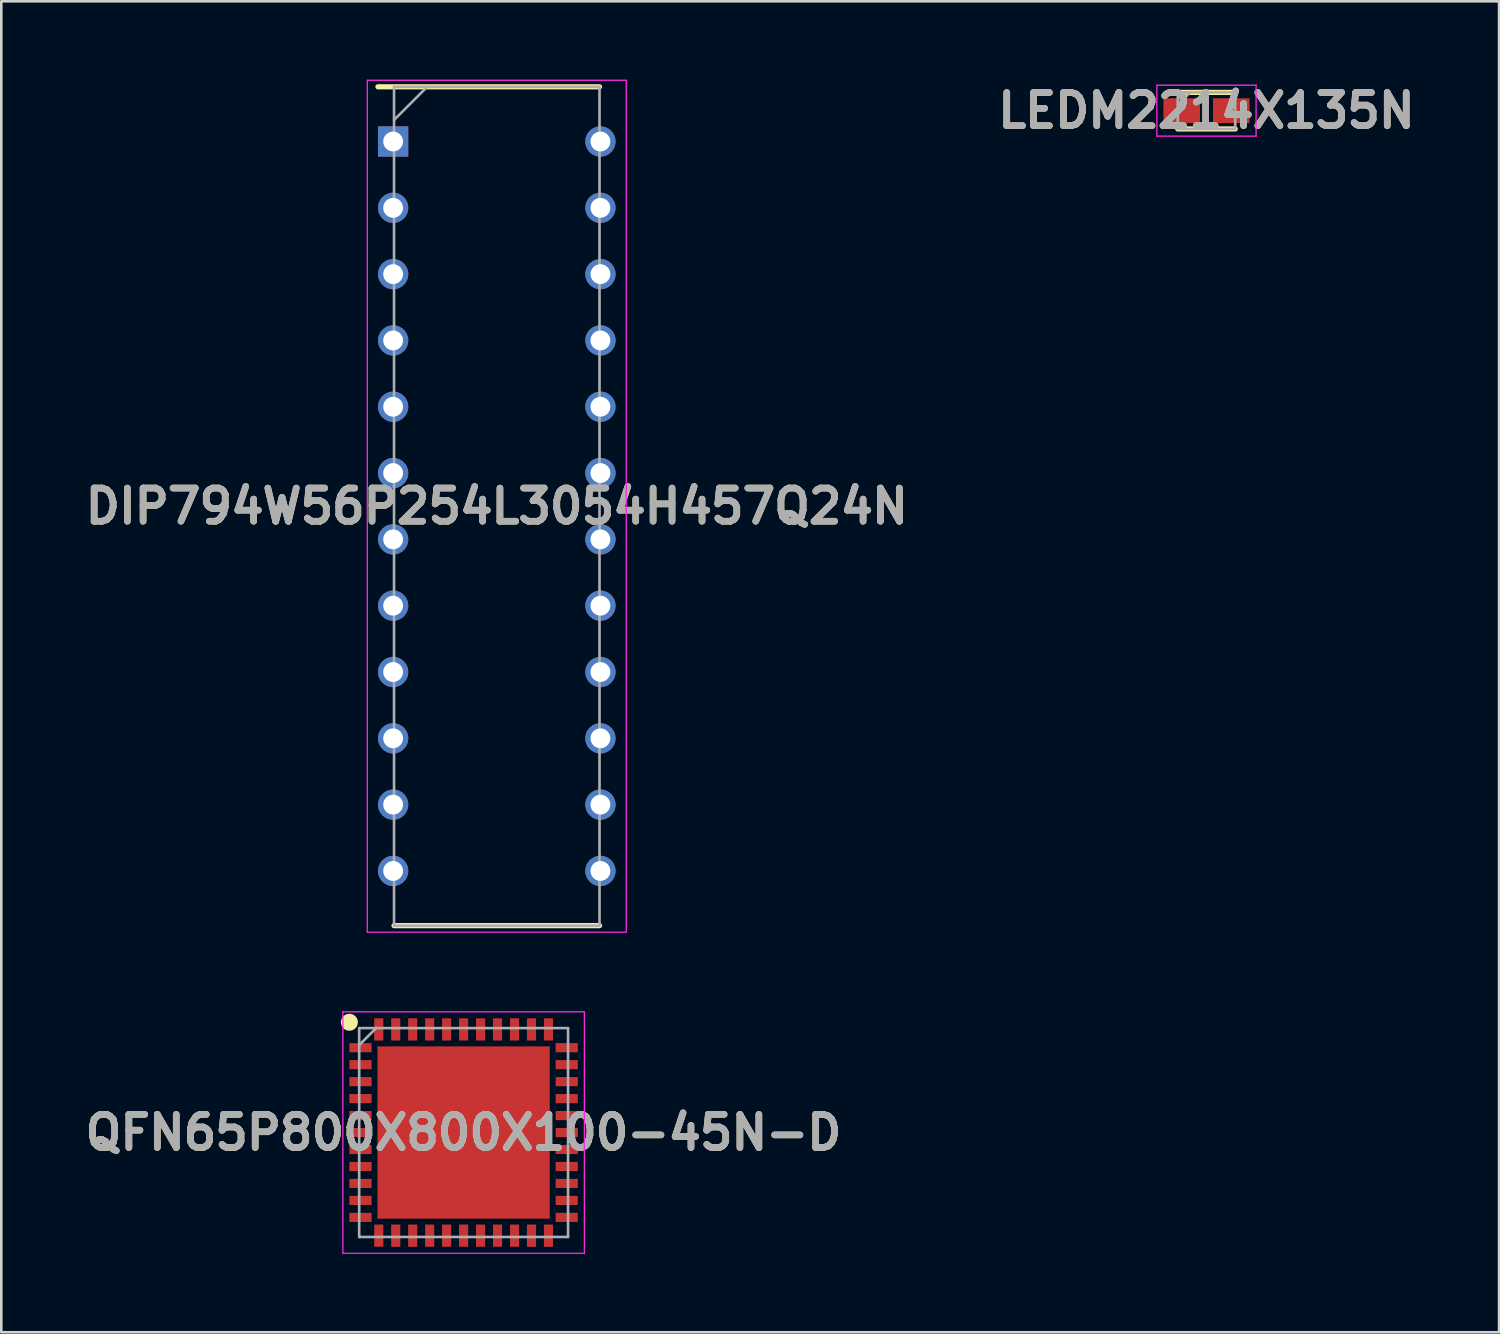
<source format=kicad_pcb>
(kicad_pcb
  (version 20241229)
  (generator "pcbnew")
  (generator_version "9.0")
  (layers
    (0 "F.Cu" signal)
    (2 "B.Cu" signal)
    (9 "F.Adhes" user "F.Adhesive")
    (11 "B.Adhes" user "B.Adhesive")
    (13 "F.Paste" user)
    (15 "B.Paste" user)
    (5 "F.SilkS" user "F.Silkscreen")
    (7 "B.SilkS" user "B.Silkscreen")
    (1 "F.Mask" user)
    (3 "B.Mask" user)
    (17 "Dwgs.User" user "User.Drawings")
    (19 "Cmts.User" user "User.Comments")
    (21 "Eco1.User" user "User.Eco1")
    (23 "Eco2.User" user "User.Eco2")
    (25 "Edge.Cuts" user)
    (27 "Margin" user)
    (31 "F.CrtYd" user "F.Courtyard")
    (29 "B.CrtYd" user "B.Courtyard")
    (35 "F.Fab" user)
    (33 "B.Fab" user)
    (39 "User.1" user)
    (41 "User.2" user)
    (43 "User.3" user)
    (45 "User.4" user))
  (footprint "DIP794W56P254L3054H457Q24N"
    (layer "F.Cu")
    (at 15.978 16.34)
    (property "Reference" "DIP794W56P254L3054H457Q24N" (at 0 0 0) (layer "F.SilkS") (effects (font (size 1.27 1.27) (thickness 0.254))))
    (attr through_hole)
    (fp_line (start -4.55 -16.065) (end 3.935 -16.065) (stroke (width 0.2) (type solid)) (layer "F.SilkS"))
    (fp_line (start -3.935 16.065) (end 3.935 16.065) (stroke (width 0.2) (type solid)) (layer "F.SilkS"))
    (fp_line (start -4.96 -16.315) (end 4.96 -16.315) (stroke (width 0.05) (type solid)) (layer "F.CrtYd"))
    (fp_line (start -4.96 16.315) (end -4.96 -16.315) (stroke (width 0.05) (type solid)) (layer "F.CrtYd"))
    (fp_line (start 4.96 -16.315) (end 4.96 16.315) (stroke (width 0.05) (type solid)) (layer "F.CrtYd"))
    (fp_line (start 4.96 16.315) (end -4.96 16.315) (stroke (width 0.05) (type solid)) (layer "F.CrtYd"))
    (fp_line (start -3.935 -16.065) (end 3.935 -16.065) (stroke (width 0.1) (type solid)) (layer "F.Fab"))
    (fp_line (start -3.935 -14.795) (end -2.665 -16.065) (stroke (width 0.1) (type solid)) (layer "F.Fab"))
    (fp_line (start -3.935 16.065) (end -3.935 -16.065) (stroke (width 0.1) (type solid)) (layer "F.Fab"))
    (fp_line (start 3.935 -16.065) (end 3.935 16.065) (stroke (width 0.1) (type solid)) (layer "F.Fab"))
    (fp_line (start 3.935 16.065) (end -3.935 16.065) (stroke (width 0.1) (type solid)) (layer "F.Fab"))
    (fp_text user "${REFERENCE}" (at 0 0 0) (layer "F.Fab") (effects (font (size 1.27 1.27) (thickness 0.254))))
    (pad "1" thru_hole rect (at -3.97 -13.97) (size 1.16 1.16) (drill 0.76) (layers "*.Cu" "*.Mask"))
    (pad "2" thru_hole circle (at -3.97 -11.43) (size 1.16 1.16) (drill 0.76) (layers "*.Cu" "*.Mask"))
    (pad "3" thru_hole circle (at -3.97 -8.89) (size 1.16 1.16) (drill 0.76) (layers "*.Cu" "*.Mask"))
    (pad "4" thru_hole circle (at -3.97 -6.35) (size 1.16 1.16) (drill 0.76) (layers "*.Cu" "*.Mask"))
    (pad "5" thru_hole circle (at -3.97 -3.81) (size 1.16 1.16) (drill 0.76) (layers "*.Cu" "*.Mask"))
    (pad "6" thru_hole circle (at -3.97 -1.27) (size 1.16 1.16) (drill 0.76) (layers "*.Cu" "*.Mask"))
    (pad "7" thru_hole circle (at -3.97 1.27) (size 1.16 1.16) (drill 0.76) (layers "*.Cu" "*.Mask"))
    (pad "8" thru_hole circle (at -3.97 3.81) (size 1.16 1.16) (drill 0.76) (layers "*.Cu" "*.Mask"))
    (pad "9" thru_hole circle (at -3.97 6.35) (size 1.16 1.16) (drill 0.76) (layers "*.Cu" "*.Mask"))
    (pad "10" thru_hole circle (at -3.97 8.89) (size 1.16 1.16) (drill 0.76) (layers "*.Cu" "*.Mask"))
    (pad "11" thru_hole circle (at -3.97 11.43) (size 1.16 1.16) (drill 0.76) (layers "*.Cu" "*.Mask"))
    (pad "12" thru_hole circle (at -3.97 13.97) (size 1.16 1.16) (drill 0.76) (layers "*.Cu" "*.Mask"))
    (pad "13" thru_hole circle (at 3.97 13.97) (size 1.16 1.16) (drill 0.76) (layers "*.Cu" "*.Mask"))
    (pad "14" thru_hole circle (at 3.97 11.43) (size 1.16 1.16) (drill 0.76) (layers "*.Cu" "*.Mask"))
    (pad "15" thru_hole circle (at 3.97 8.89) (size 1.16 1.16) (drill 0.76) (layers "*.Cu" "*.Mask"))
    (pad "16" thru_hole circle (at 3.97 6.35) (size 1.16 1.16) (drill 0.76) (layers "*.Cu" "*.Mask"))
    (pad "17" thru_hole circle (at 3.97 3.81) (size 1.16 1.16) (drill 0.76) (layers "*.Cu" "*.Mask"))
    (pad "18" thru_hole circle (at 3.97 1.27) (size 1.16 1.16) (drill 0.76) (layers "*.Cu" "*.Mask"))
    (pad "19" thru_hole circle (at 3.97 -1.27) (size 1.16 1.16) (drill 0.76) (layers "*.Cu" "*.Mask"))
    (pad "20" thru_hole circle (at 3.97 -3.81) (size 1.16 1.16) (drill 0.76) (layers "*.Cu" "*.Mask"))
    (pad "21" thru_hole circle (at 3.97 -6.35) (size 1.16 1.16) (drill 0.76) (layers "*.Cu" "*.Mask"))
    (pad "22" thru_hole circle (at 3.97 -8.89) (size 1.16 1.16) (drill 0.76) (layers "*.Cu" "*.Mask"))
    (pad "23" thru_hole circle (at 3.97 -11.43) (size 1.16 1.16) (drill 0.76) (layers "*.Cu" "*.Mask"))
    (pad "24" thru_hole circle (at 3.97 -13.97) (size 1.16 1.16) (drill 0.76) (layers "*.Cu" "*.Mask")))
  (footprint "QFN65P800X800X100-45N-D"
    (layer "F.Cu")
    (at 14.708 40.33)
    (property "Reference" "QFN65P800X800X100-45N-D" (at 0 0 0) (layer "F.SilkS") (effects (font (size 1.27 1.27) (thickness 0.254))))
    (attr smd)
    (fp_circle (center -4.375 -4.225) (end -4.375 -4.062) (stroke (width 0.325) (type solid)) (fill no) (layer "F.SilkS"))
    (fp_line (start -4.625 -4.625) (end 4.625 -4.625) (stroke (width 0.05) (type solid)) (layer "F.CrtYd"))
    (fp_line (start -4.625 4.625) (end -4.625 -4.625) (stroke (width 0.05) (type solid)) (layer "F.CrtYd"))
    (fp_line (start 4.625 -4.625) (end 4.625 4.625) (stroke (width 0.05) (type solid)) (layer "F.CrtYd"))
    (fp_line (start 4.625 4.625) (end -4.625 4.625) (stroke (width 0.05) (type solid)) (layer "F.CrtYd"))
    (fp_line (start -4 -4) (end 4 -4) (stroke (width 0.1) (type solid)) (layer "F.Fab"))
    (fp_line (start -4 -3.35) (end -3.35 -4) (stroke (width 0.1) (type solid)) (layer "F.Fab"))
    (fp_line (start -4 4) (end -4 -4) (stroke (width 0.1) (type solid)) (layer "F.Fab"))
    (fp_line (start 4 -4) (end 4 4) (stroke (width 0.1) (type solid)) (layer "F.Fab"))
    (fp_line (start 4 4) (end -4 4) (stroke (width 0.1) (type solid)) (layer "F.Fab"))
    (fp_text user "${REFERENCE}" (at 0 0 0) (layer "F.Fab") (effects (font (size 1.27 1.27) (thickness 0.254))))
    (pad "1" smd rect (at -3.95 -3.25 90) (size 0.35 0.85) (layers "F.Cu" "F.Mask" "F.Paste"))
    (pad "2" smd rect (at -3.95 -2.6 90) (size 0.35 0.85) (layers "F.Cu" "F.Mask" "F.Paste"))
    (pad "3" smd rect (at -3.95 -1.95 90) (size 0.35 0.85) (layers "F.Cu" "F.Mask" "F.Paste"))
    (pad "4" smd rect (at -3.95 -1.3 90) (size 0.35 0.85) (layers "F.Cu" "F.Mask" "F.Paste"))
    (pad "5" smd rect (at -3.95 -0.65 90) (size 0.35 0.85) (layers "F.Cu" "F.Mask" "F.Paste"))
    (pad "6" smd rect (at -3.95 0 90) (size 0.35 0.85) (layers "F.Cu" "F.Mask" "F.Paste"))
    (pad "7" smd rect (at -3.95 0.65 90) (size 0.35 0.85) (layers "F.Cu" "F.Mask" "F.Paste"))
    (pad "8" smd rect (at -3.95 1.3 90) (size 0.35 0.85) (layers "F.Cu" "F.Mask" "F.Paste"))
    (pad "9" smd rect (at -3.95 1.95 90) (size 0.35 0.85) (layers "F.Cu" "F.Mask" "F.Paste"))
    (pad "10" smd rect (at -3.95 2.6 90) (size 0.35 0.85) (layers "F.Cu" "F.Mask" "F.Paste"))
    (pad "11" smd rect (at -3.95 3.25 90) (size 0.35 0.85) (layers "F.Cu" "F.Mask" "F.Paste"))
    (pad "12" smd rect (at -3.25 3.95) (size 0.35 0.85) (layers "F.Cu" "F.Mask" "F.Paste"))
    (pad "13" smd rect (at -2.6 3.95) (size 0.35 0.85) (layers "F.Cu" "F.Mask" "F.Paste"))
    (pad "14" smd rect (at -1.95 3.95) (size 0.35 0.85) (layers "F.Cu" "F.Mask" "F.Paste"))
    (pad "15" smd rect (at -1.3 3.95) (size 0.35 0.85) (layers "F.Cu" "F.Mask" "F.Paste"))
    (pad "16" smd rect (at -0.65 3.95) (size 0.35 0.85) (layers "F.Cu" "F.Mask" "F.Paste"))
    (pad "17" smd rect (at 0 3.95) (size 0.35 0.85) (layers "F.Cu" "F.Mask" "F.Paste"))
    (pad "18" smd rect (at 0.65 3.95) (size 0.35 0.85) (layers "F.Cu" "F.Mask" "F.Paste"))
    (pad "19" smd rect (at 1.3 3.95) (size 0.35 0.85) (layers "F.Cu" "F.Mask" "F.Paste"))
    (pad "20" smd rect (at 1.95 3.95) (size 0.35 0.85) (layers "F.Cu" "F.Mask" "F.Paste"))
    (pad "21" smd rect (at 2.6 3.95) (size 0.35 0.85) (layers "F.Cu" "F.Mask" "F.Paste"))
    (pad "22" smd rect (at 3.25 3.95) (size 0.35 0.85) (layers "F.Cu" "F.Mask" "F.Paste"))
    (pad "23" smd rect (at 3.95 3.25 90) (size 0.35 0.85) (layers "F.Cu" "F.Mask" "F.Paste"))
    (pad "24" smd rect (at 3.95 2.6 90) (size 0.35 0.85) (layers "F.Cu" "F.Mask" "F.Paste"))
    (pad "25" smd rect (at 3.95 1.95 90) (size 0.35 0.85) (layers "F.Cu" "F.Mask" "F.Paste"))
    (pad "26" smd rect (at 3.95 1.3 90) (size 0.35 0.85) (layers "F.Cu" "F.Mask" "F.Paste"))
    (pad "27" smd rect (at 3.95 0.65 90) (size 0.35 0.85) (layers "F.Cu" "F.Mask" "F.Paste"))
    (pad "28" smd rect (at 3.95 0 90) (size 0.35 0.85) (layers "F.Cu" "F.Mask" "F.Paste"))
    (pad "29" smd rect (at 3.95 -0.65 90) (size 0.35 0.85) (layers "F.Cu" "F.Mask" "F.Paste"))
    (pad "30" smd rect (at 3.95 -1.3 90) (size 0.35 0.85) (layers "F.Cu" "F.Mask" "F.Paste"))
    (pad "31" smd rect (at 3.95 -1.95 90) (size 0.35 0.85) (layers "F.Cu" "F.Mask" "F.Paste"))
    (pad "32" smd rect (at 3.95 -2.6 90) (size 0.35 0.85) (layers "F.Cu" "F.Mask" "F.Paste"))
    (pad "33" smd rect (at 3.95 -3.25 90) (size 0.35 0.85) (layers "F.Cu" "F.Mask" "F.Paste"))
    (pad "34" smd rect (at 3.25 -3.95) (size 0.35 0.85) (layers "F.Cu" "F.Mask" "F.Paste"))
    (pad "35" smd rect (at 2.6 -3.95) (size 0.35 0.85) (layers "F.Cu" "F.Mask" "F.Paste"))
    (pad "36" smd rect (at 1.95 -3.95) (size 0.35 0.85) (layers "F.Cu" "F.Mask" "F.Paste"))
    (pad "37" smd rect (at 1.3 -3.95) (size 0.35 0.85) (layers "F.Cu" "F.Mask" "F.Paste"))
    (pad "38" smd rect (at 0.65 -3.95) (size 0.35 0.85) (layers "F.Cu" "F.Mask" "F.Paste"))
    (pad "39" smd rect (at 0 -3.95) (size 0.35 0.85) (layers "F.Cu" "F.Mask" "F.Paste"))
    (pad "40" smd rect (at -0.65 -3.95) (size 0.35 0.85) (layers "F.Cu" "F.Mask" "F.Paste"))
    (pad "41" smd rect (at -1.3 -3.95) (size 0.35 0.85) (layers "F.Cu" "F.Mask" "F.Paste"))
    (pad "42" smd rect (at -1.95 -3.95) (size 0.35 0.85) (layers "F.Cu" "F.Mask" "F.Paste"))
    (pad "43" smd rect (at -2.6 -3.95) (size 0.35 0.85) (layers "F.Cu" "F.Mask" "F.Paste"))
    (pad "44" smd rect (at -3.25 -3.95) (size 0.35 0.85) (layers "F.Cu" "F.Mask" "F.Paste"))
    (pad "45" smd rect (at 0 0) (size 6.6 6.6) (layers "F.Cu" "F.Mask" "F.Paste")))
  (footprint "LEDM2214X135N"
    (layer "F.Cu")
    (at 43.162 1.189)
    (property "Reference" "LEDM2214X135N" (at 0 0 0) (layer "F.SilkS") (effects (font (size 1.27 1.27) (thickness 0.254))))
    (attr smd)
    (fp_line (start -1.1 0.7) (end 1.1 0.7) (stroke (width 0.2) (type solid)) (layer "F.SilkS"))
    (fp_line (start 1.1 -0.7) (end -1.425 -0.7) (stroke (width 0.2) (type solid)) (layer "F.SilkS"))
    (fp_line (start -1.9 -0.975) (end 1.9 -0.975) (stroke (width 0.05) (type solid)) (layer "F.CrtYd"))
    (fp_line (start -1.9 0.975) (end -1.9 -0.975) (stroke (width 0.05) (type solid)) (layer "F.CrtYd"))
    (fp_line (start 1.9 -0.975) (end 1.9 0.975) (stroke (width 0.05) (type solid)) (layer "F.CrtYd"))
    (fp_line (start 1.9 0.975) (end -1.9 0.975) (stroke (width 0.05) (type solid)) (layer "F.CrtYd"))
    (fp_line (start -1.1 -0.7) (end 1.1 -0.7) (stroke (width 0.1) (type solid)) (layer "F.Fab"))
    (fp_line (start -1.1 -0.225) (end -0.625 -0.7) (stroke (width 0.1) (type solid)) (layer "F.Fab"))
    (fp_line (start -1.1 0.7) (end -1.1 -0.7) (stroke (width 0.1) (type solid)) (layer "F.Fab"))
    (fp_line (start 1.1 -0.7) (end 1.1 0.7) (stroke (width 0.1) (type solid)) (layer "F.Fab"))
    (fp_line (start 1.1 0.7) (end -1.1 0.7) (stroke (width 0.1) (type solid)) (layer "F.Fab"))
    (fp_text user "${REFERENCE}" (at 0 0 0) (layer "F.Fab") (effects (font (size 1.27 1.27) (thickness 0.254))))
    (pad "1" smd rect (at -0.95 0 90) (size 0.95 1.4) (layers "F.Cu" "F.Mask" "F.Paste"))
    (pad "2" smd rect (at 0.95 0 90) (size 0.95 1.4) (layers "F.Cu" "F.Mask" "F.Paste")))
  (gr_rect
    (start -3 -3)
    (end 54.369 47.98)
    (stroke (width 0.1) (type default))
    (fill no)
    (layer "Edge.Cuts")))
</source>
